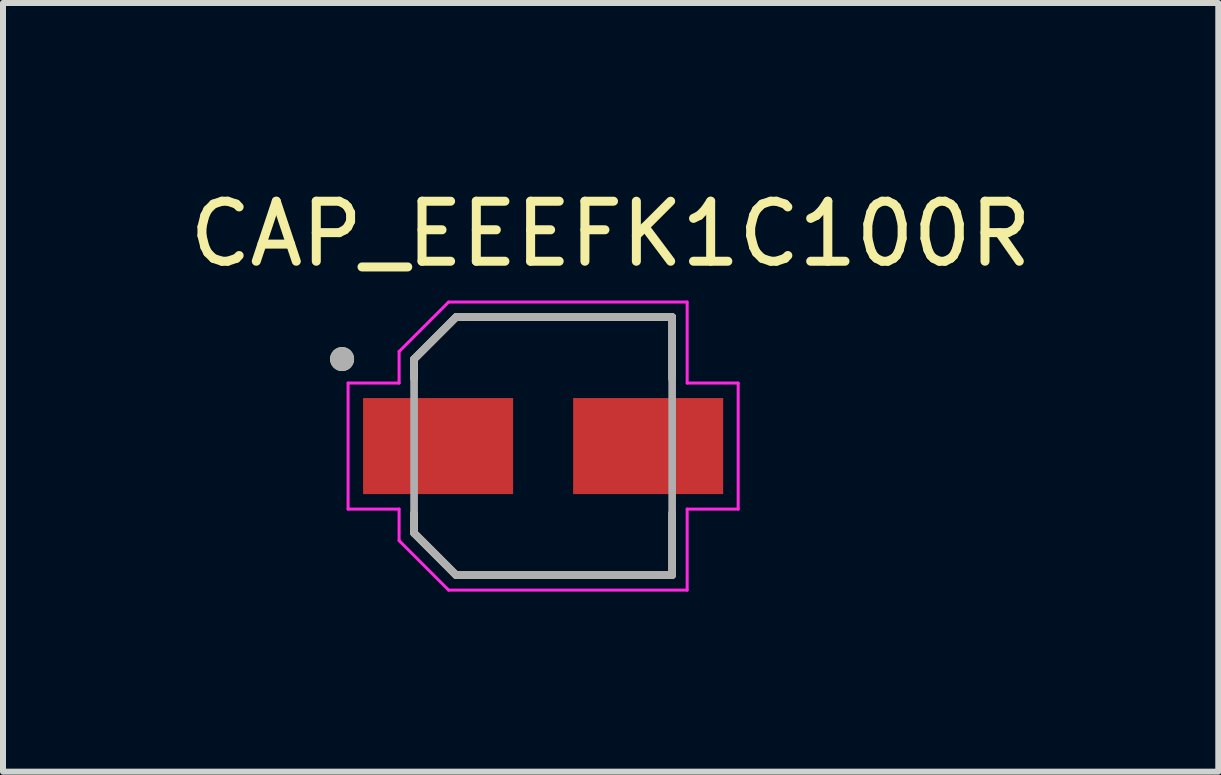
<source format=kicad_pcb>
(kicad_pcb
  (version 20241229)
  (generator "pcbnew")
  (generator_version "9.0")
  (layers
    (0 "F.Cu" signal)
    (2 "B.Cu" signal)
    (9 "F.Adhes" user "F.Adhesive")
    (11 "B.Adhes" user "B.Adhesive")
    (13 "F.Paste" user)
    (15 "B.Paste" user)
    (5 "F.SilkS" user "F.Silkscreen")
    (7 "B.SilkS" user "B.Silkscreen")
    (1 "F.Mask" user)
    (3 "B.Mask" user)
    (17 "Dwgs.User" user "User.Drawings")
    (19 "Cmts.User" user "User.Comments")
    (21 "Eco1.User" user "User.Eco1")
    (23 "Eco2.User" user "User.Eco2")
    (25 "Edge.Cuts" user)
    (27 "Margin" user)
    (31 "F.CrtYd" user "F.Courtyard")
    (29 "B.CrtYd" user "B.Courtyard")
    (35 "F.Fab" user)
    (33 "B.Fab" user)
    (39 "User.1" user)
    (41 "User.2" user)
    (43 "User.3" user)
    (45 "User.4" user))
  (footprint "CAP_EEEFK1C100R"
    (layer "F.Cu")
    (at 6 4.383)
    (property "Reference" "CAP_EEEFK1C100R" (at 1.125 -3.535 0) (layer "F.SilkS") (effects (font (size 1 1) (thickness 0.15))))
    (attr through_hole)
    (fp_line (start -2.15 -1.45) (end -2.15 -1.12) (stroke (width 0.127) (type solid)) (layer "F.SilkS"))
    (fp_line (start -2.15 1.12) (end -2.15 1.45) (stroke (width 0.127) (type solid)) (layer "F.SilkS"))
    (fp_line (start -2.15 1.45) (end -1.45 2.15) (stroke (width 0.127) (type solid)) (layer "F.SilkS"))
    (fp_line (start -1.45 -2.15) (end -2.15 -1.45) (stroke (width 0.127) (type solid)) (layer "F.SilkS"))
    (fp_line (start -1.45 2.15) (end 2.15 2.15) (stroke (width 0.127) (type solid)) (layer "F.SilkS"))
    (fp_line (start 2.15 -2.15) (end -1.45 -2.15) (stroke (width 0.127) (type solid)) (layer "F.SilkS"))
    (fp_line (start 2.15 -1.12) (end 2.15 -2.15) (stroke (width 0.127) (type solid)) (layer "F.SilkS"))
    (fp_line (start 2.15 2.15) (end 2.15 1.12) (stroke (width 0.127) (type solid)) (layer "F.SilkS"))
    (fp_circle (center -3.35 -1.45) (end -3.25 -1.45) (stroke (width 0.2) (type solid)) (fill no) (layer "F.SilkS"))
    (fp_line (start -3.25 -1.05) (end -2.4 -1.05) (stroke (width 0.05) (type solid)) (layer "F.CrtYd"))
    (fp_line (start -3.25 1.05) (end -3.25 -1.05) (stroke (width 0.05) (type solid)) (layer "F.CrtYd"))
    (fp_line (start -2.4 -1.575) (end -1.575 -2.4) (stroke (width 0.05) (type solid)) (layer "F.CrtYd"))
    (fp_line (start -2.4 -1.05) (end -2.4 -1.575) (stroke (width 0.05) (type solid)) (layer "F.CrtYd"))
    (fp_line (start -2.4 1.05) (end -3.25 1.05) (stroke (width 0.05) (type solid)) (layer "F.CrtYd"))
    (fp_line (start -2.4 1.575) (end -2.4 1.05) (stroke (width 0.05) (type solid)) (layer "F.CrtYd"))
    (fp_line (start -1.575 -2.4) (end 2.4 -2.4) (stroke (width 0.05) (type solid)) (layer "F.CrtYd"))
    (fp_line (start -1.575 2.4) (end -2.4 1.575) (stroke (width 0.05) (type solid)) (layer "F.CrtYd"))
    (fp_line (start 2.4 -2.4) (end 2.4 -1.05) (stroke (width 0.05) (type solid)) (layer "F.CrtYd"))
    (fp_line (start 2.4 -1.05) (end 3.25 -1.05) (stroke (width 0.05) (type solid)) (layer "F.CrtYd"))
    (fp_line (start 2.4 1.05) (end 2.4 2.4) (stroke (width 0.05) (type solid)) (layer "F.CrtYd"))
    (fp_line (start 2.4 2.4) (end -1.575 2.4) (stroke (width 0.05) (type solid)) (layer "F.CrtYd"))
    (fp_line (start 3.25 -1.05) (end 3.25 1.05) (stroke (width 0.05) (type solid)) (layer "F.CrtYd"))
    (fp_line (start 3.25 1.05) (end 2.4 1.05) (stroke (width 0.05) (type solid)) (layer "F.CrtYd"))
    (fp_line (start -2.15 -1.45) (end -2.15 1.45) (stroke (width 0.127) (type solid)) (layer "F.Fab"))
    (fp_line (start -2.15 1.45) (end -1.45 2.15) (stroke (width 0.127) (type solid)) (layer "F.Fab"))
    (fp_line (start -1.45 -2.15) (end -2.15 -1.45) (stroke (width 0.127) (type solid)) (layer "F.Fab"))
    (fp_line (start -1.45 2.15) (end 2.15 2.15) (stroke (width 0.127) (type solid)) (layer "F.Fab"))
    (fp_line (start 2.15 -2.15) (end -1.45 -2.15) (stroke (width 0.127) (type solid)) (layer "F.Fab"))
    (fp_line (start 2.15 2.15) (end 2.15 -2.15) (stroke (width 0.127) (type solid)) (layer "F.Fab"))
    (fp_circle (center -3.35 -1.45) (end -3.25 -1.45) (stroke (width 0.2) (type solid)) (fill no) (layer "F.Fab"))
    (pad "1" smd rect (at -1.75 0) (size 2.5 1.6) (layers "F.Cu" "F.Mask" "F.Paste"))
    (pad "2" smd rect (at 1.75 0) (size 2.5 1.6) (layers "F.Cu" "F.Mask" "F.Paste")))
  (gr_rect
    (start -3 -3)
    (end 17.25 9.808)
    (stroke (width 0.1) (type default))
    (fill no)
    (layer "Edge.Cuts")))
</source>
